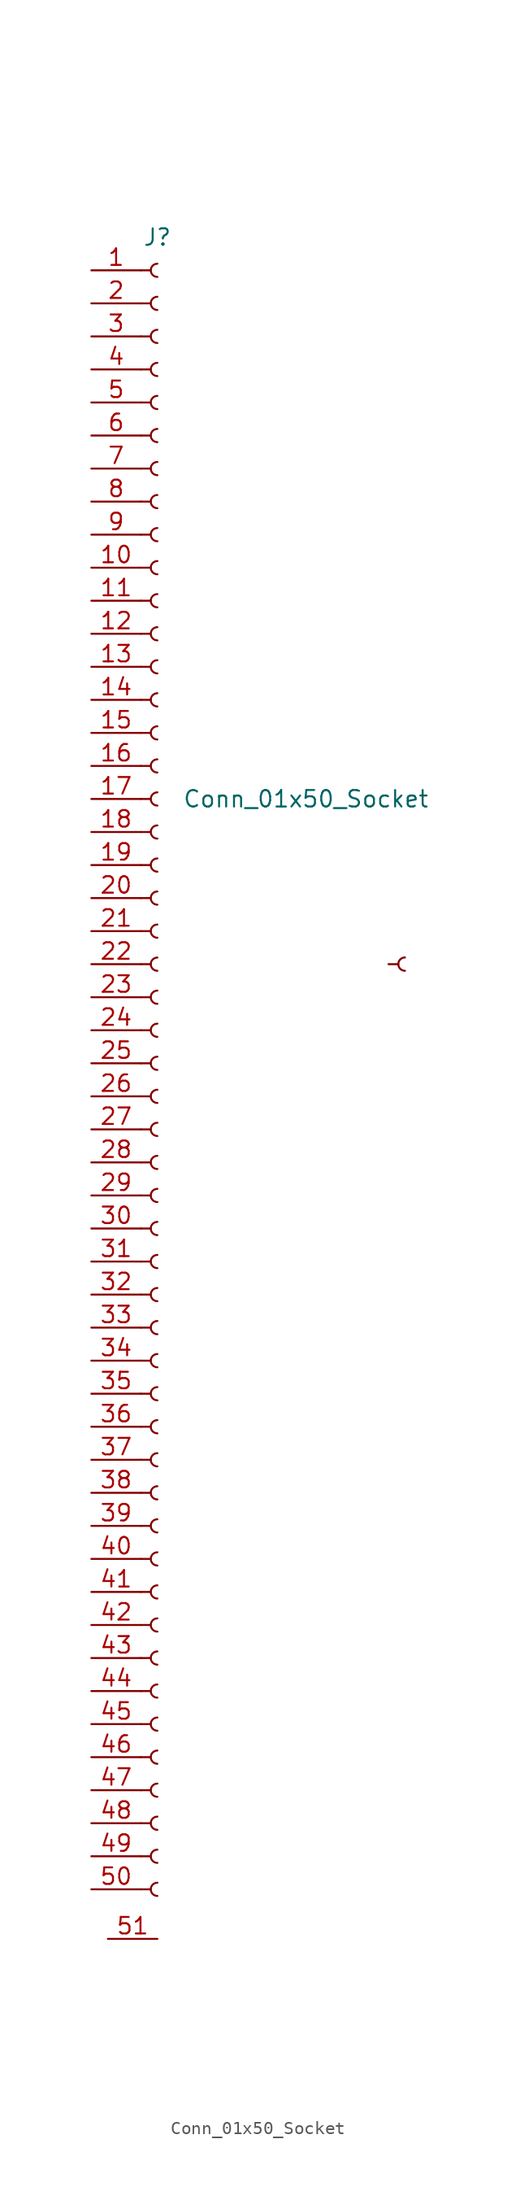
<source format=kicad_sym>
(kicad_symbol_lib
  (version 20231120)
  (generator "kicad_symbol_editor")
  (generator_version "8.0")
  (symbol "Conn_01x50_Socket"
    (pin_names
      (offset 1.016) hide)
    (property "Reference" "J"
      (at 0 50.8 0)
      (effects (font (size 1.27 1.27))))
    (property "Value" "Conn_01x50_Socket"
      (at 11.43 7.62 0)
      (effects (font (size 1.27 1.27))))
    (property "ki_locked" ""
      (at 0 0 0)
      (effects (font (size 1.27 1.27))))
    (symbol "Conn_01x50_Socket_1_1"
      (arc (start 0 -75.692) (mid -0.5058 -76.2) (end 0 -76.708) (stroke (width 0.1524) (type default)) (fill (type none)))
      (arc (start 0 -73.152) (mid -0.5058 -73.66) (end 0 -74.168) (stroke (width 0.1524) (type default)) (fill (type none)))
      (arc (start 0 -70.612) (mid -0.5058 -71.12) (end 0 -71.628) (stroke (width 0.1524) (type default)) (fill (type none)))
      (arc (start 0 -68.072) (mid -0.5058 -68.58) (end 0 -69.088) (stroke (width 0.1524) (type default)) (fill (type none)))
      (arc (start 0 -65.532) (mid -0.5058 -66.04) (end 0 -66.548) (stroke (width 0.1524) (type default)) (fill (type none)))
      (arc (start 0 -62.992) (mid -0.5058 -63.5) (end 0 -64.008) (stroke (width 0.1524) (type default)) (fill (type none)))
      (arc (start 0 -60.452) (mid -0.5058 -60.96) (end 0 -61.468) (stroke (width 0.1524) (type default)) (fill (type none)))
      (arc (start 0 -57.912) (mid -0.5058 -58.42) (end 0 -58.928) (stroke (width 0.1524) (type default)) (fill (type none)))
      (arc (start 0 -55.372) (mid -0.5058 -55.88) (end 0 -56.388) (stroke (width 0.1524) (type default)) (fill (type none)))
      (arc (start 0 -52.832) (mid -0.5058 -53.34) (end 0 -53.848) (stroke (width 0.1524) (type default)) (fill (type none)))
      (arc (start 0 -50.292) (mid -0.5058 -50.8) (end 0 -51.308) (stroke (width 0.1524) (type default)) (fill (type none)))
      (arc (start 0 -47.752) (mid -0.5058 -48.26) (end 0 -48.768) (stroke (width 0.1524) (type default)) (fill (type none)))
      (arc (start 0 -45.212) (mid -0.5058 -45.72) (end 0 -46.228) (stroke (width 0.1524) (type default)) (fill (type none)))
      (arc (start 0 -42.672) (mid -0.5058 -43.18) (end 0 -43.688) (stroke (width 0.1524) (type default)) (fill (type none)))
      (arc (start 0 -40.132) (mid -0.5058 -40.64) (end 0 -41.148) (stroke (width 0.1524) (type default)) (fill (type none)))
      (arc (start 0 -37.592) (mid -0.5058 -38.1) (end 0 -38.608) (stroke (width 0.1524) (type default)) (fill (type none)))
      (arc (start 0 -35.052) (mid -0.5058 -35.56) (end 0 -36.068) (stroke (width 0.1524) (type default)) (fill (type none)))
      (arc (start 0 -32.512) (mid -0.5058 -33.02) (end 0 -33.528) (stroke (width 0.1524) (type default)) (fill (type none)))
      (arc (start 0 -29.972) (mid -0.5058 -30.48) (end 0 -30.988) (stroke (width 0.1524) (type default)) (fill (type none)))
      (arc (start 0 -27.432) (mid -0.5058 -27.94) (end 0 -28.448) (stroke (width 0.1524) (type default)) (fill (type none)))
      (arc (start 0 -24.892) (mid -0.5058 -25.4) (end 0 -25.908) (stroke (width 0.1524) (type default)) (fill (type none)))
      (arc (start 0 -22.352) (mid -0.5058 -22.86) (end 0 -23.368) (stroke (width 0.1524) (type default)) (fill (type none)))
      (arc (start 0 -19.812) (mid -0.5058 -20.32) (end 0 -20.828) (stroke (width 0.1524) (type default)) (fill (type none)))
      (arc (start 0 -17.272) (mid -0.5058 -17.78) (end 0 -18.288) (stroke (width 0.1524) (type default)) (fill (type none)))
      (arc (start 0 -14.732) (mid -0.5058 -15.24) (end 0 -15.748) (stroke (width 0.1524) (type default)) (fill (type none)))
      (arc (start 0 -12.192) (mid -0.5058 -12.7) (end 0 -13.208) (stroke (width 0.1524) (type default)) (fill (type none)))
      (arc (start 0 -9.652) (mid -0.5058 -10.16) (end 0 -10.668) (stroke (width 0.1524) (type default)) (fill (type none)))
      (arc (start 0 -7.112) (mid -0.5058 -7.62) (end 0 -8.128) (stroke (width 0.1524) (type default)) (fill (type none)))
      (arc (start 0 -4.572) (mid -0.5058 -5.08) (end 0 -5.588) (stroke (width 0.1524) (type default)) (fill (type none)))
      (arc (start 0 -2.032) (mid -0.5058 -2.54) (end 0 -3.048) (stroke (width 0.1524) (type default)) (fill (type none)))
      (polyline (pts (xy -1.27 -76.2) (xy -0.508 -76.2)) (stroke (width 0.152) (type default)) (fill (type none)))
      (polyline (pts (xy -1.27 -73.66) (xy -0.508 -73.66)) (stroke (width 0.152) (type default)) (fill (type none)))
      (polyline (pts (xy -1.27 -71.12) (xy -0.508 -71.12)) (stroke (width 0.152) (type default)) (fill (type none)))
      (polyline (pts (xy -1.27 -68.58) (xy -0.508 -68.58)) (stroke (width 0.152) (type default)) (fill (type none)))
      (polyline (pts (xy -1.27 -66.04) (xy -0.508 -66.04)) (stroke (width 0.152) (type default)) (fill (type none)))
      (polyline (pts (xy -1.27 -63.5) (xy -0.508 -63.5)) (stroke (width 0.152) (type default)) (fill (type none)))
      (polyline (pts (xy -1.27 -60.96) (xy -0.508 -60.96)) (stroke (width 0.152) (type default)) (fill (type none)))
      (polyline (pts (xy -1.27 -58.42) (xy -0.508 -58.42)) (stroke (width 0.152) (type default)) (fill (type none)))
      (polyline (pts (xy -1.27 -55.88) (xy -0.508 -55.88)) (stroke (width 0.152) (type default)) (fill (type none)))
      (polyline (pts (xy -1.27 -53.34) (xy -0.508 -53.34)) (stroke (width 0.152) (type default)) (fill (type none)))
      (polyline (pts (xy -1.27 -50.8) (xy -0.508 -50.8)) (stroke (width 0.152) (type default)) (fill (type none)))
      (polyline (pts (xy -1.27 -48.26) (xy -0.508 -48.26)) (stroke (width 0.152) (type default)) (fill (type none)))
      (polyline (pts (xy -1.27 -45.72) (xy -0.508 -45.72)) (stroke (width 0.152) (type default)) (fill (type none)))
      (polyline (pts (xy -1.27 -43.18) (xy -0.508 -43.18)) (stroke (width 0.152) (type default)) (fill (type none)))
      (polyline (pts (xy -1.27 -40.64) (xy -0.508 -40.64)) (stroke (width 0.152) (type default)) (fill (type none)))
      (polyline (pts (xy -1.27 -38.1) (xy -0.508 -38.1)) (stroke (width 0.152) (type default)) (fill (type none)))
      (polyline (pts (xy -1.27 -35.56) (xy -0.508 -35.56)) (stroke (width 0.152) (type default)) (fill (type none)))
      (polyline (pts (xy -1.27 -33.02) (xy -0.508 -33.02)) (stroke (width 0.152) (type default)) (fill (type none)))
      (polyline (pts (xy -1.27 -30.48) (xy -0.508 -30.48)) (stroke (width 0.152) (type default)) (fill (type none)))
      (polyline (pts (xy -1.27 -27.94) (xy -0.508 -27.94)) (stroke (width 0.152) (type default)) (fill (type none)))
      (polyline (pts (xy -1.27 -25.4) (xy -0.508 -25.4)) (stroke (width 0.152) (type default)) (fill (type none)))
      (polyline (pts (xy -1.27 -22.86) (xy -0.508 -22.86)) (stroke (width 0.152) (type default)) (fill (type none)))
      (polyline (pts (xy -1.27 -20.32) (xy -0.508 -20.32)) (stroke (width 0.152) (type default)) (fill (type none)))
      (polyline (pts (xy -1.27 -17.78) (xy -0.508 -17.78)) (stroke (width 0.152) (type default)) (fill (type none)))
      (polyline (pts (xy -1.27 -15.24) (xy -0.508 -15.24)) (stroke (width 0.152) (type default)) (fill (type none)))
      (polyline (pts (xy -1.27 -12.7) (xy -0.508 -12.7)) (stroke (width 0.152) (type default)) (fill (type none)))
      (polyline (pts (xy -1.27 -10.16) (xy -0.508 -10.16)) (stroke (width 0.152) (type default)) (fill (type none)))
      (polyline (pts (xy -1.27 -7.62) (xy -0.508 -7.62)) (stroke (width 0.152) (type default)) (fill (type none)))
      (polyline (pts (xy -1.27 -5.08) (xy -0.508 -5.08)) (stroke (width 0.152) (type default)) (fill (type none)))
      (polyline (pts (xy -1.27 -2.54) (xy -0.508 -2.54)) (stroke (width 0.152) (type default)) (fill (type none)))
      (polyline (pts (xy -1.27 0) (xy -0.508 0)) (stroke (width 0.152) (type default)) (fill (type none)))
      (polyline (pts (xy -1.27 2.54) (xy -0.508 2.54)) (stroke (width 0.152) (type default)) (fill (type none)))
      (polyline (pts (xy -1.27 5.08) (xy -0.508 5.08)) (stroke (width 0.152) (type default)) (fill (type none)))
      (polyline (pts (xy -1.27 7.62) (xy -0.508 7.62)) (stroke (width 0.152) (type default)) (fill (type none)))
      (polyline (pts (xy -1.27 10.16) (xy -0.508 10.16)) (stroke (width 0.152) (type default)) (fill (type none)))
      (polyline (pts (xy -1.27 12.7) (xy -0.508 12.7)) (stroke (width 0.152) (type default)) (fill (type none)))
      (polyline (pts (xy -1.27 15.24) (xy -0.508 15.24)) (stroke (width 0.152) (type default)) (fill (type none)))
      (polyline (pts (xy -1.27 17.78) (xy -0.508 17.78)) (stroke (width 0.152) (type default)) (fill (type none)))
      (polyline (pts (xy -1.27 20.32) (xy -0.508 20.32)) (stroke (width 0.152) (type default)) (fill (type none)))
      (polyline (pts (xy -1.27 22.86) (xy -0.508 22.86)) (stroke (width 0.152) (type default)) (fill (type none)))
      (polyline (pts (xy -1.27 25.4) (xy -0.508 25.4)) (stroke (width 0.152) (type default)) (fill (type none)))
      (polyline (pts (xy -1.27 27.94) (xy -0.508 27.94)) (stroke (width 0.152) (type default)) (fill (type none)))
      (polyline (pts (xy -1.27 30.48) (xy -0.508 30.48)) (stroke (width 0.152) (type default)) (fill (type none)))
      (polyline (pts (xy -1.27 33.02) (xy -0.508 33.02)) (stroke (width 0.152) (type default)) (fill (type none)))
      (polyline (pts (xy -1.27 35.56) (xy -0.508 35.56)) (stroke (width 0.152) (type default)) (fill (type none)))
      (polyline (pts (xy -1.27 38.1) (xy -0.508 38.1)) (stroke (width 0.152) (type default)) (fill (type none)))
      (polyline (pts (xy -1.27 40.64) (xy -0.508 40.64)) (stroke (width 0.152) (type default)) (fill (type none)))
      (polyline (pts (xy -1.27 43.18) (xy -0.508 43.18)) (stroke (width 0.152) (type default)) (fill (type none)))
      (polyline (pts (xy -1.27 45.72) (xy -0.508 45.72)) (stroke (width 0.152) (type default)) (fill (type none)))
      (polyline (pts (xy -1.27 48.26) (xy -0.508 48.26)) (stroke (width 0.152) (type default)) (fill (type none)))
      (polyline (pts (xy 17.78 -5.08) (xy 18.542 -5.08)) (stroke (width 0.152) (type default)) (fill (type none)))
      (arc (start 0 0.508) (mid -0.5058 0) (end 0 -0.508) (stroke (width 0.1524) (type default)) (fill (type none)))
      (arc (start 0 3.048) (mid -0.5058 2.54) (end 0 2.032) (stroke (width 0.1524) (type default)) (fill (type none)))
      (arc (start 0 5.588) (mid -0.5058 5.08) (end 0 4.572) (stroke (width 0.1524) (type default)) (fill (type none)))
      (arc (start 0 8.128) (mid -0.5058 7.62) (end 0 7.112) (stroke (width 0.1524) (type default)) (fill (type none)))
      (arc (start 0 10.668) (mid -0.5058 10.16) (end 0 9.652) (stroke (width 0.1524) (type default)) (fill (type none)))
      (arc (start 0 13.208) (mid -0.5058 12.7) (end 0 12.192) (stroke (width 0.1524) (type default)) (fill (type none)))
      (arc (start 0 15.748) (mid -0.5058 15.24) (end 0 14.732) (stroke (width 0.1524) (type default)) (fill (type none)))
      (arc (start 0 18.288) (mid -0.5058 17.78) (end 0 17.272) (stroke (width 0.1524) (type default)) (fill (type none)))
      (arc (start 0 20.828) (mid -0.5058 20.32) (end 0 19.812) (stroke (width 0.1524) (type default)) (fill (type none)))
      (arc (start 0 23.368) (mid -0.5058 22.86) (end 0 22.352) (stroke (width 0.1524) (type default)) (fill (type none)))
      (arc (start 0 25.908) (mid -0.5058 25.4) (end 0 24.892) (stroke (width 0.1524) (type default)) (fill (type none)))
      (arc (start 0 28.448) (mid -0.5058 27.94) (end 0 27.432) (stroke (width 0.1524) (type default)) (fill (type none)))
      (arc (start 0 30.988) (mid -0.5058 30.48) (end 0 29.972) (stroke (width 0.1524) (type default)) (fill (type none)))
      (arc (start 0 33.528) (mid -0.5058 33.02) (end 0 32.512) (stroke (width 0.1524) (type default)) (fill (type none)))
      (arc (start 0 36.068) (mid -0.5058 35.56) (end 0 35.052) (stroke (width 0.1524) (type default)) (fill (type none)))
      (arc (start 0 38.608) (mid -0.5058 38.1) (end 0 37.592) (stroke (width 0.1524) (type default)) (fill (type none)))
      (arc (start 0 41.148) (mid -0.5058 40.64) (end 0 40.132) (stroke (width 0.1524) (type default)) (fill (type none)))
      (arc (start 0 43.688) (mid -0.5058 43.18) (end 0 42.672) (stroke (width 0.1524) (type default)) (fill (type none)))
      (arc (start 0 46.228) (mid -0.5058 45.72) (end 0 45.212) (stroke (width 0.1524) (type default)) (fill (type none)))
      (arc (start 0 48.768) (mid -0.5058 48.26) (end 0 47.752) (stroke (width 0.1524) (type default)) (fill (type none)))
      (arc (start 19.05 -4.572) (mid 18.5442 -5.08) (end 19.05 -5.588) (stroke (width 0.1524) (type default)) (fill (type none)))
      (pin passive line (at -5.08 48.26 0) (length 3.81) (name "Pin_1" (effects (font (size 1.27 1.27)))) (number "1" (effects (font (size 1.27 1.27)))))
      (pin passive line (at -5.08 25.4 0) (length 3.81) (name "Pin_10" (effects (font (size 1.27 1.27)))) (number "10" (effects (font (size 1.27 1.27)))))
      (pin passive line (at -5.08 22.86 0) (length 3.81) (name "Pin_11" (effects (font (size 1.27 1.27)))) (number "11" (effects (font (size 1.27 1.27)))))
      (pin passive line (at -5.08 20.32 0) (length 3.81) (name "Pin_12" (effects (font (size 1.27 1.27)))) (number "12" (effects (font (size 1.27 1.27)))))
      (pin passive line (at -5.08 17.78 0) (length 3.81) (name "Pin_13" (effects (font (size 1.27 1.27)))) (number "13" (effects (font (size 1.27 1.27)))))
      (pin passive line (at -5.08 15.24 0) (length 3.81) (name "Pin_14" (effects (font (size 1.27 1.27)))) (number "14" (effects (font (size 1.27 1.27)))))
      (pin passive line (at -5.08 12.7 0) (length 3.81) (name "Pin_15" (effects (font (size 1.27 1.27)))) (number "15" (effects (font (size 1.27 1.27)))))
      (pin passive line (at -5.08 10.16 0) (length 3.81) (name "Pin_16" (effects (font (size 1.27 1.27)))) (number "16" (effects (font (size 1.27 1.27)))))
      (pin passive line (at -5.08 7.62 0) (length 3.81) (name "Pin_17" (effects (font (size 1.27 1.27)))) (number "17" (effects (font (size 1.27 1.27)))))
      (pin passive line (at -5.08 5.08 0) (length 3.81) (name "Pin_18" (effects (font (size 1.27 1.27)))) (number "18" (effects (font (size 1.27 1.27)))))
      (pin passive line (at -5.08 2.54 0) (length 3.81) (name "Pin_19" (effects (font (size 1.27 1.27)))) (number "19" (effects (font (size 1.27 1.27)))))
      (pin passive line (at -5.08 45.72 0) (length 3.81) (name "Pin_2" (effects (font (size 1.27 1.27)))) (number "2" (effects (font (size 1.27 1.27)))))
      (pin passive line (at -5.08 0 0) (length 3.81) (name "Pin_20" (effects (font (size 1.27 1.27)))) (number "20" (effects (font (size 1.27 1.27)))))
      (pin passive line (at -5.08 -2.54 0) (length 3.81) (name "Pin_21" (effects (font (size 1.27 1.27)))) (number "21" (effects (font (size 1.27 1.27)))))
      (pin passive line (at -5.08 -5.08 0) (length 3.81) (name "Pin_22" (effects (font (size 1.27 1.27)))) (number "22" (effects (font (size 1.27 1.27)))))
      (pin passive line (at -5.08 -7.62 0) (length 3.81) (name "Pin_23" (effects (font (size 1.27 1.27)))) (number "23" (effects (font (size 1.27 1.27)))))
      (pin passive line (at -5.08 -10.16 0) (length 3.81) (name "Pin_24" (effects (font (size 1.27 1.27)))) (number "24" (effects (font (size 1.27 1.27)))))
      (pin passive line (at -5.08 -12.7 0) (length 3.81) (name "Pin_25" (effects (font (size 1.27 1.27)))) (number "25" (effects (font (size 1.27 1.27)))))
      (pin passive line (at -5.08 -15.24 0) (length 3.81) (name "Pin_26" (effects (font (size 1.27 1.27)))) (number "26" (effects (font (size 1.27 1.27)))))
      (pin passive line (at -5.08 -17.78 0) (length 3.81) (name "Pin_27" (effects (font (size 1.27 1.27)))) (number "27" (effects (font (size 1.27 1.27)))))
      (pin passive line (at -5.08 -20.32 0) (length 3.81) (name "Pin_28" (effects (font (size 1.27 1.27)))) (number "28" (effects (font (size 1.27 1.27)))))
      (pin passive line (at -5.08 -22.86 0) (length 3.81) (name "Pin_29" (effects (font (size 1.27 1.27)))) (number "29" (effects (font (size 1.27 1.27)))))
      (pin passive line (at -5.08 43.18 0) (length 3.81) (name "Pin_3" (effects (font (size 1.27 1.27)))) (number "3" (effects (font (size 1.27 1.27)))))
      (pin passive line (at -5.08 -25.4 0) (length 3.81) (name "Pin_30" (effects (font (size 1.27 1.27)))) (number "30" (effects (font (size 1.27 1.27)))))
      (pin passive line (at -5.08 -27.94 0) (length 3.81) (name "Pin_31" (effects (font (size 1.27 1.27)))) (number "31" (effects (font (size 1.27 1.27)))))
      (pin passive line (at -5.08 -30.48 0) (length 3.81) (name "Pin_32" (effects (font (size 1.27 1.27)))) (number "32" (effects (font (size 1.27 1.27)))))
      (pin passive line (at -5.08 -33.02 0) (length 3.81) (name "Pin_33" (effects (font (size 1.27 1.27)))) (number "33" (effects (font (size 1.27 1.27)))))
      (pin passive line (at -5.08 -35.56 0) (length 3.81) (name "Pin_34" (effects (font (size 1.27 1.27)))) (number "34" (effects (font (size 1.27 1.27)))))
      (pin passive line (at -5.08 -38.1 0) (length 3.81) (name "Pin_35" (effects (font (size 1.27 1.27)))) (number "35" (effects (font (size 1.27 1.27)))))
      (pin passive line (at -5.08 -40.64 0) (length 3.81) (name "Pin_36" (effects (font (size 1.27 1.27)))) (number "36" (effects (font (size 1.27 1.27)))))
      (pin passive line (at -5.08 -43.18 0) (length 3.81) (name "Pin_37" (effects (font (size 1.27 1.27)))) (number "37" (effects (font (size 1.27 1.27)))))
      (pin passive line (at -5.08 -45.72 0) (length 3.81) (name "Pin_38" (effects (font (size 1.27 1.27)))) (number "38" (effects (font (size 1.27 1.27)))))
      (pin passive line (at -5.08 -48.26 0) (length 3.81) (name "Pin_39" (effects (font (size 1.27 1.27)))) (number "39" (effects (font (size 1.27 1.27)))))
      (pin passive line (at -5.08 40.64 0) (length 3.81) (name "Pin_4" (effects (font (size 1.27 1.27)))) (number "4" (effects (font (size 1.27 1.27)))))
      (pin passive line (at -5.08 -50.8 0) (length 3.81) (name "Pin_40" (effects (font (size 1.27 1.27)))) (number "40" (effects (font (size 1.27 1.27)))))
      (pin passive line (at -5.08 -53.34 0) (length 3.81) (name "Pin_41" (effects (font (size 1.27 1.27)))) (number "41" (effects (font (size 1.27 1.27)))))
      (pin passive line (at -5.08 -55.88 0) (length 3.81) (name "Pin_42" (effects (font (size 1.27 1.27)))) (number "42" (effects (font (size 1.27 1.27)))))
      (pin passive line (at -5.08 -58.42 0) (length 3.81) (name "Pin_43" (effects (font (size 1.27 1.27)))) (number "43" (effects (font (size 1.27 1.27)))))
      (pin passive line (at -5.08 -60.96 0) (length 3.81) (name "Pin_44" (effects (font (size 1.27 1.27)))) (number "44" (effects (font (size 1.27 1.27)))))
      (pin passive line (at -5.08 -63.5 0) (length 3.81) (name "Pin_45" (effects (font (size 1.27 1.27)))) (number "45" (effects (font (size 1.27 1.27)))))
      (pin passive line (at -5.08 -66.04 0) (length 3.81) (name "Pin_46" (effects (font (size 1.27 1.27)))) (number "46" (effects (font (size 1.27 1.27)))))
      (pin passive line (at -5.08 -68.58 0) (length 3.81) (name "Pin_47" (effects (font (size 1.27 1.27)))) (number "47" (effects (font (size 1.27 1.27)))))
      (pin passive line (at -5.08 -71.12 0) (length 3.81) (name "Pin_48" (effects (font (size 1.27 1.27)))) (number "48" (effects (font (size 1.27 1.27)))))
      (pin passive line (at -5.08 -73.66 0) (length 3.81) (name "Pin_49" (effects (font (size 1.27 1.27)))) (number "49" (effects (font (size 1.27 1.27)))))
      (pin passive line (at -5.08 38.1 0) (length 3.81) (name "Pin_5" (effects (font (size 1.27 1.27)))) (number "5" (effects (font (size 1.27 1.27)))))
      (pin passive line (at -5.08 -76.2 0) (length 3.81) (name "Pin_50" (effects (font (size 1.27 1.27)))) (number "50" (effects (font (size 1.27 1.27)))))
      (pin passive line (at -3.81 -80.01 0) (length 3.81) (name "Pin_51" (effects (font (size 1.27 1.27)))) (number "51" (effects (font (size 1.27 1.27)))))
      (pin passive line (at -5.08 35.56 0) (length 3.81) (name "Pin_6" (effects (font (size 1.27 1.27)))) (number "6" (effects (font (size 1.27 1.27)))))
      (pin passive line (at -5.08 33.02 0) (length 3.81) (name "Pin_7" (effects (font (size 1.27 1.27)))) (number "7" (effects (font (size 1.27 1.27)))))
      (pin passive line (at -5.08 30.48 0) (length 3.81) (name "Pin_8" (effects (font (size 1.27 1.27)))) (number "8" (effects (font (size 1.27 1.27)))))
      (pin passive line (at -5.08 27.94 0) (length 3.81) (name "Pin_9" (effects (font (size 1.27 1.27)))) (number "9" (effects (font (size 1.27 1.27))))))))
</source>
